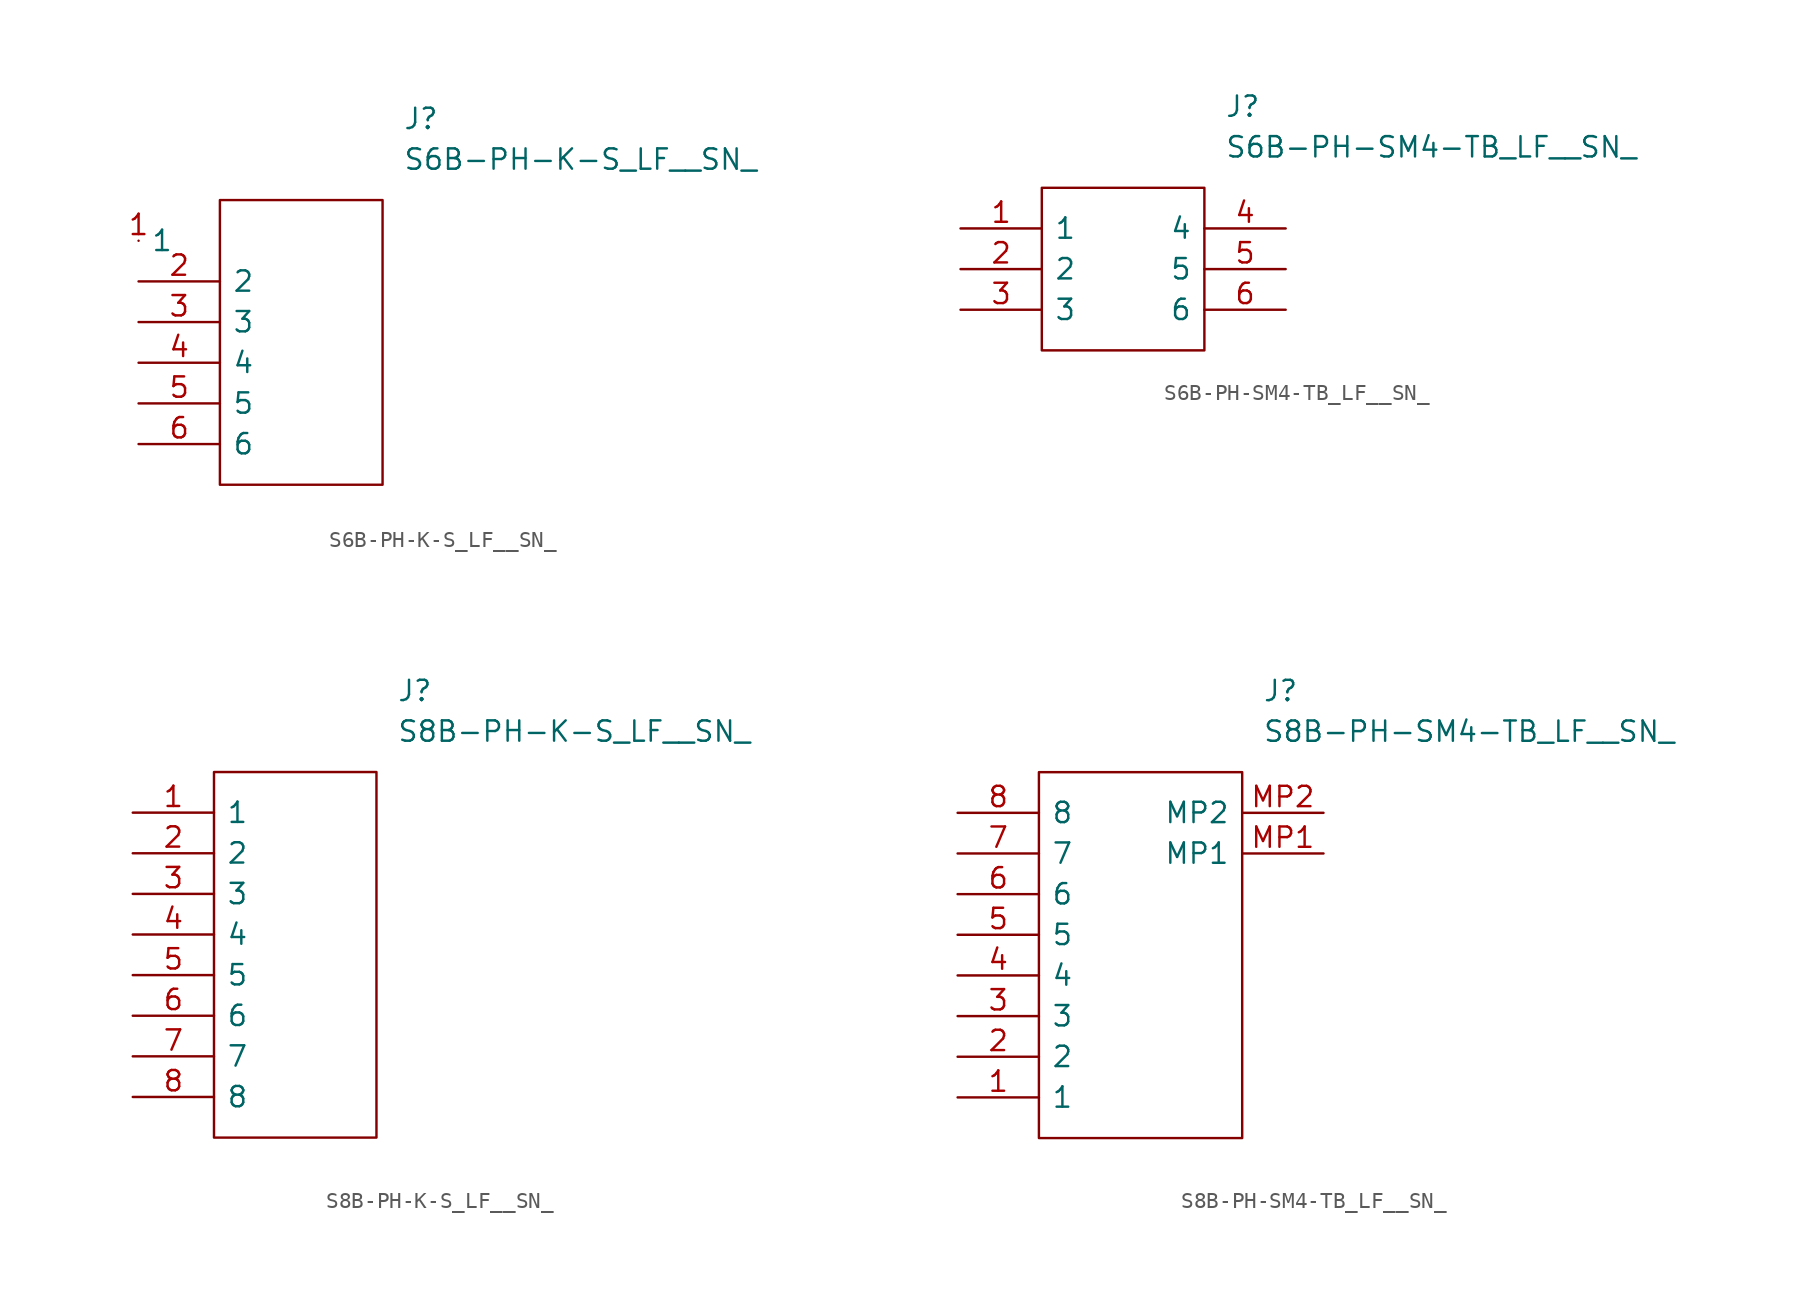
<source format=kicad_sym>
(kicad_symbol_lib
  (version 20211014)
  (generator kicad_symbol_editor)
  (symbol "S6B-PH-K-S_LF__SN_"
    (pin_names
      (offset 0.762))
    (property "Reference" "J"
      (at 16.51 7.62 0)
      (effects (font (size 1.27 1.27)) (justify left)))
    (property "Value" "S6B-PH-K-S_LF__SN_"
      (at 16.51 5.08 0)
      (effects (font (size 1.27 1.27)) (justify left)))
    (symbol "S6B-PH-K-S_LF__SN__0_0"
      (pin passive line (at 0 0 0) (length 0) (name "1" (effects (font (size 1.27 1.27)))) (number "1" (effects (font (size 1.27 1.27)))))
      (pin passive line (at 0 -2.54 0) (length 5.08) (name "2" (effects (font (size 1.27 1.27)))) (number "2" (effects (font (size 1.27 1.27)))))
      (pin passive line (at 0 -5.08 0) (length 5.08) (name "3" (effects (font (size 1.27 1.27)))) (number "3" (effects (font (size 1.27 1.27)))))
      (pin passive line (at 0 -7.62 0) (length 5.08) (name "4" (effects (font (size 1.27 1.27)))) (number "4" (effects (font (size 1.27 1.27)))))
      (pin passive line (at 0 -10.16 0) (length 5.08) (name "5" (effects (font (size 1.27 1.27)))) (number "5" (effects (font (size 1.27 1.27)))))
      (pin passive line (at 0 -12.7 0) (length 5.08) (name "6" (effects (font (size 1.27 1.27)))) (number "6" (effects (font (size 1.27 1.27))))))
    (symbol "S6B-PH-K-S_LF__SN__0_1"
      (polyline (pts (xy 5.08 2.54) (xy 15.24 2.54) (xy 15.24 -15.24) (xy 5.08 -15.24) (xy 5.08 2.54)) (stroke (width 0.152) (type default) (color 0 0 0 0)) (fill (type none)))))
  (symbol "S6B-PH-SM4-TB_LF__SN_"
    (pin_names
      (offset 0.762))
    (property "Reference" "J"
      (at 16.51 7.62 0)
      (effects (font (size 1.27 1.27)) (justify left)))
    (property "Value" "S6B-PH-SM4-TB_LF__SN_"
      (at 16.51 5.08 0)
      (effects (font (size 1.27 1.27)) (justify left)))
    (symbol "S6B-PH-SM4-TB_LF__SN__0_0"
      (pin passive line (at 0 0 0) (length 5.08) (name "1" (effects (font (size 1.27 1.27)))) (number "1" (effects (font (size 1.27 1.27)))))
      (pin passive line (at 0 -2.54 0) (length 5.08) (name "2" (effects (font (size 1.27 1.27)))) (number "2" (effects (font (size 1.27 1.27)))))
      (pin passive line (at 0 -5.08 0) (length 5.08) (name "3" (effects (font (size 1.27 1.27)))) (number "3" (effects (font (size 1.27 1.27)))))
      (pin passive line (at 20.32 0 180) (length 5.08) (name "4" (effects (font (size 1.27 1.27)))) (number "4" (effects (font (size 1.27 1.27)))))
      (pin passive line (at 20.32 -2.54 180) (length 5.08) (name "5" (effects (font (size 1.27 1.27)))) (number "5" (effects (font (size 1.27 1.27)))))
      (pin passive line (at 20.32 -5.08 180) (length 5.08) (name "6" (effects (font (size 1.27 1.27)))) (number "6" (effects (font (size 1.27 1.27))))))
    (symbol "S6B-PH-SM4-TB_LF__SN__0_1"
      (polyline (pts (xy 5.08 2.54) (xy 15.24 2.54) (xy 15.24 -7.62) (xy 5.08 -7.62) (xy 5.08 2.54)) (stroke (width 0.152) (type default) (color 0 0 0 0)) (fill (type none)))))
  (symbol "S8B-PH-K-S_LF__SN_"
    (pin_names
      (offset 0.762))
    (property "Reference" "J"
      (at 16.51 7.62 0)
      (effects (font (size 1.27 1.27)) (justify left)))
    (property "Value" "S8B-PH-K-S_LF__SN_"
      (at 16.51 5.08 0)
      (effects (font (size 1.27 1.27)) (justify left)))
    (symbol "S8B-PH-K-S_LF__SN__0_0"
      (pin passive line (at 0 0 0) (length 5.08) (name "1" (effects (font (size 1.27 1.27)))) (number "1" (effects (font (size 1.27 1.27)))))
      (pin passive line (at 0 -2.54 0) (length 5.08) (name "2" (effects (font (size 1.27 1.27)))) (number "2" (effects (font (size 1.27 1.27)))))
      (pin passive line (at 0 -5.08 0) (length 5.08) (name "3" (effects (font (size 1.27 1.27)))) (number "3" (effects (font (size 1.27 1.27)))))
      (pin passive line (at 0 -7.62 0) (length 5.08) (name "4" (effects (font (size 1.27 1.27)))) (number "4" (effects (font (size 1.27 1.27)))))
      (pin passive line (at 0 -10.16 0) (length 5.08) (name "5" (effects (font (size 1.27 1.27)))) (number "5" (effects (font (size 1.27 1.27)))))
      (pin passive line (at 0 -12.7 0) (length 5.08) (name "6" (effects (font (size 1.27 1.27)))) (number "6" (effects (font (size 1.27 1.27)))))
      (pin passive line (at 0 -15.24 0) (length 5.08) (name "7" (effects (font (size 1.27 1.27)))) (number "7" (effects (font (size 1.27 1.27)))))
      (pin passive line (at 0 -17.78 0) (length 5.08) (name "8" (effects (font (size 1.27 1.27)))) (number "8" (effects (font (size 1.27 1.27))))))
    (symbol "S8B-PH-K-S_LF__SN__0_1"
      (polyline (pts (xy 5.08 2.54) (xy 15.24 2.54) (xy 15.24 -20.32) (xy 5.08 -20.32) (xy 5.08 2.54)) (stroke (width 0.152) (type default) (color 0 0 0 0)) (fill (type none)))))
  (symbol "S8B-PH-SM4-TB_LF__SN_"
    (pin_names
      (offset 0.762))
    (property "Reference" "J"
      (at 19.05 7.62 0)
      (effects (font (size 1.27 1.27)) (justify left)))
    (property "Value" "S8B-PH-SM4-TB_LF__SN_"
      (at 19.05 5.08 0)
      (effects (font (size 1.27 1.27)) (justify left)))
    (symbol "S8B-PH-SM4-TB_LF__SN__0_0"
      (pin passive line (at 0 -17.78 0) (length 5.08) (name "1" (effects (font (size 1.27 1.27)))) (number "1" (effects (font (size 1.27 1.27)))))
      (pin passive line (at 0 -15.24 0) (length 5.08) (name "2" (effects (font (size 1.27 1.27)))) (number "2" (effects (font (size 1.27 1.27)))))
      (pin passive line (at 0 -12.7 0) (length 5.08) (name "3" (effects (font (size 1.27 1.27)))) (number "3" (effects (font (size 1.27 1.27)))))
      (pin passive line (at 0 -10.16 0) (length 5.08) (name "4" (effects (font (size 1.27 1.27)))) (number "4" (effects (font (size 1.27 1.27)))))
      (pin passive line (at 0 -7.62 0) (length 5.08) (name "5" (effects (font (size 1.27 1.27)))) (number "5" (effects (font (size 1.27 1.27)))))
      (pin passive line (at 0 -5.08 0) (length 5.08) (name "6" (effects (font (size 1.27 1.27)))) (number "6" (effects (font (size 1.27 1.27)))))
      (pin passive line (at 0 -2.54 0) (length 5.08) (name "7" (effects (font (size 1.27 1.27)))) (number "7" (effects (font (size 1.27 1.27)))))
      (pin passive line (at 0 0 0) (length 5.08) (name "8" (effects (font (size 1.27 1.27)))) (number "8" (effects (font (size 1.27 1.27)))))
      (pin passive line (at 22.86 -2.54 180) (length 5.08) (name "MP1" (effects (font (size 1.27 1.27)))) (number "MP1" (effects (font (size 1.27 1.27)))))
      (pin passive line (at 22.86 0 180) (length 5.08) (name "MP2" (effects (font (size 1.27 1.27)))) (number "MP2" (effects (font (size 1.27 1.27))))))
    (symbol "S8B-PH-SM4-TB_LF__SN__0_1"
      (polyline (pts (xy 5.08 2.54) (xy 17.78 2.54) (xy 17.78 -20.32) (xy 5.08 -20.32) (xy 5.08 2.54)) (stroke (width 0.152) (type default) (color 0 0 0 0)) (fill (type none))))))
</source>
